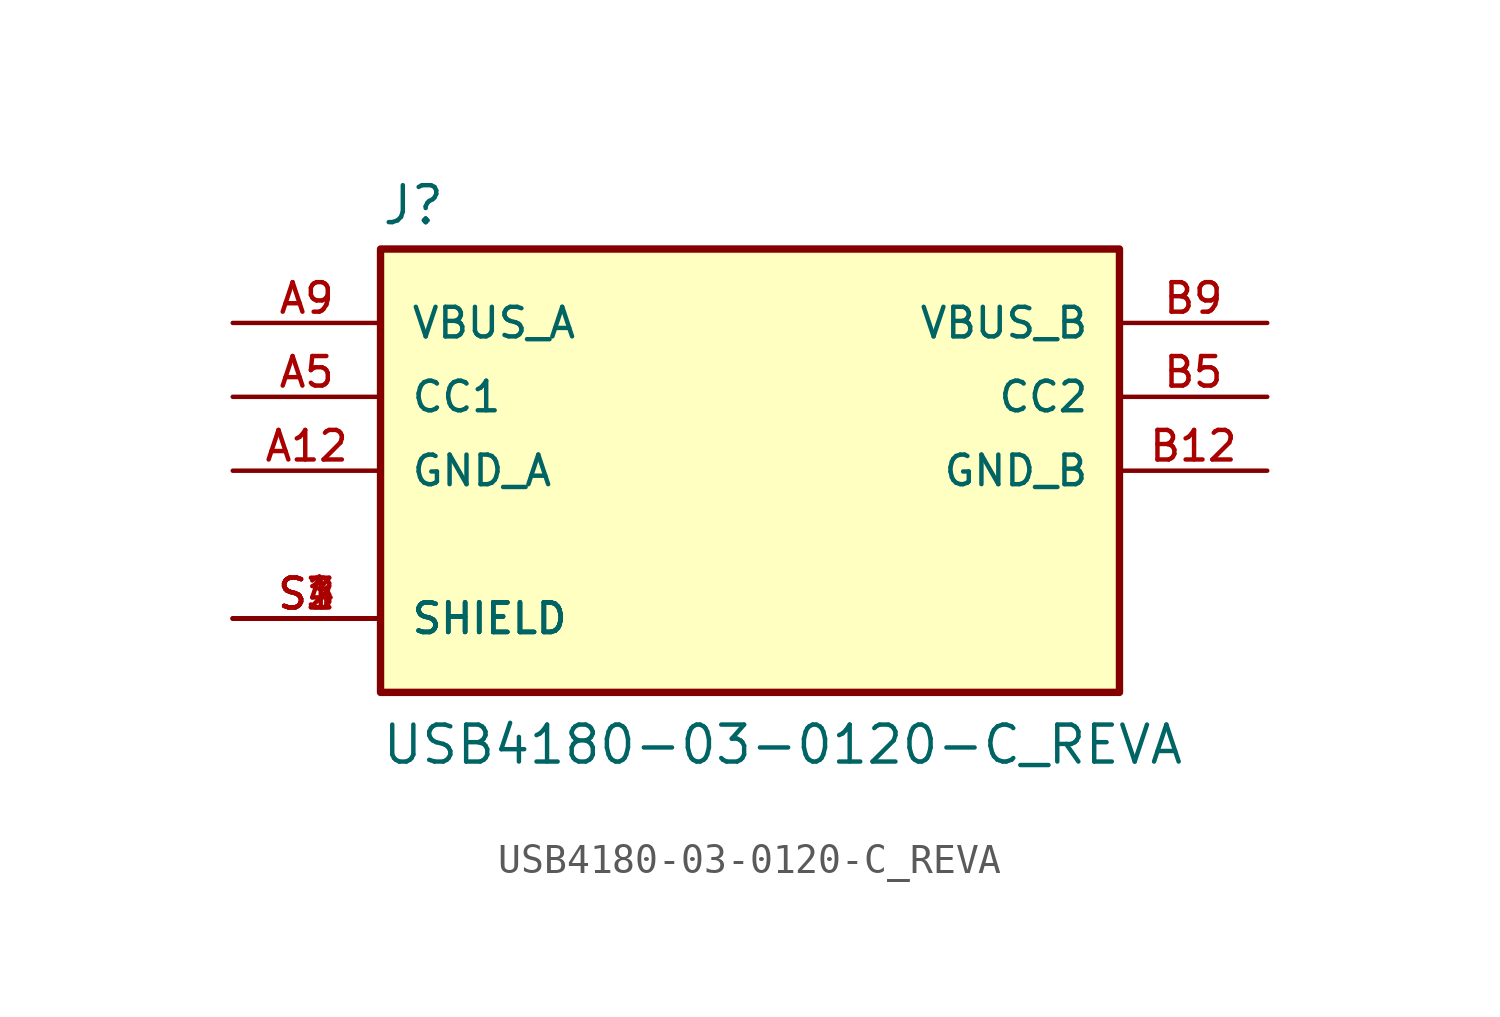
<source format=kicad_sym>
(kicad_symbol_lib
  (version 20211014)
  (generator kicad_symbol_editor)
  (symbol "USB4180-03-0120-C_REVA"
    (pin_names
      (offset 1.016))
    (property "Reference" "J"
      (at -12.7 8.382 0)
      (effects (font (size 1.27 1.27)) (justify bottom left)))
    (property "Value" "USB4180-03-0120-C_REVA"
      (at -12.7 -10.16 0)
      (effects (font (size 1.27 1.27)) (justify bottom left)))
    (symbol "USB4180-03-0120-C_REVA_0_0"
      (rectangle (start -12.7 -7.62) (end 12.7 7.62) (stroke (width 0.254)) (fill (type background)))
      (pin power_in line (at -17.78 0.0 0) (length 5.08) (name "GND_A" (effects (font (size 1.016 1.016)))) (number "A12" (effects (font (size 1.016 1.016)))))
      (pin power_in line (at -17.78 5.08 0) (length 5.08) (name "VBUS_A" (effects (font (size 1.016 1.016)))) (number "A9" (effects (font (size 1.016 1.016)))))
      (pin bidirectional line (at -17.78 2.54 0) (length 5.08) (name "CC1" (effects (font (size 1.016 1.016)))) (number "A5" (effects (font (size 1.016 1.016)))))
      (pin passive line (at -17.78 -5.08 0) (length 5.08) (name "SHIELD" (effects (font (size 1.016 1.016)))) (number "S1" (effects (font (size 1.016 1.016)))))
      (pin passive line (at -17.78 -5.08 0) (length 5.08) (name "SHIELD" (effects (font (size 1.016 1.016)))) (number "S2" (effects (font (size 1.016 1.016)))))
      (pin passive line (at -17.78 -5.08 0) (length 5.08) (name "SHIELD" (effects (font (size 1.016 1.016)))) (number "S3" (effects (font (size 1.016 1.016)))))
      (pin passive line (at -17.78 -5.08 0) (length 5.08) (name "SHIELD" (effects (font (size 1.016 1.016)))) (number "S4" (effects (font (size 1.016 1.016)))))
      (pin power_in line (at 17.78 0.0 180.0) (length 5.08) (name "GND_B" (effects (font (size 1.016 1.016)))) (number "B12" (effects (font (size 1.016 1.016)))))
      (pin power_in line (at 17.78 5.08 180.0) (length 5.08) (name "VBUS_B" (effects (font (size 1.016 1.016)))) (number "B9" (effects (font (size 1.016 1.016)))))
      (pin bidirectional line (at 17.78 2.54 180.0) (length 5.08) (name "CC2" (effects (font (size 1.016 1.016)))) (number "B5" (effects (font (size 1.016 1.016))))))))
</source>
